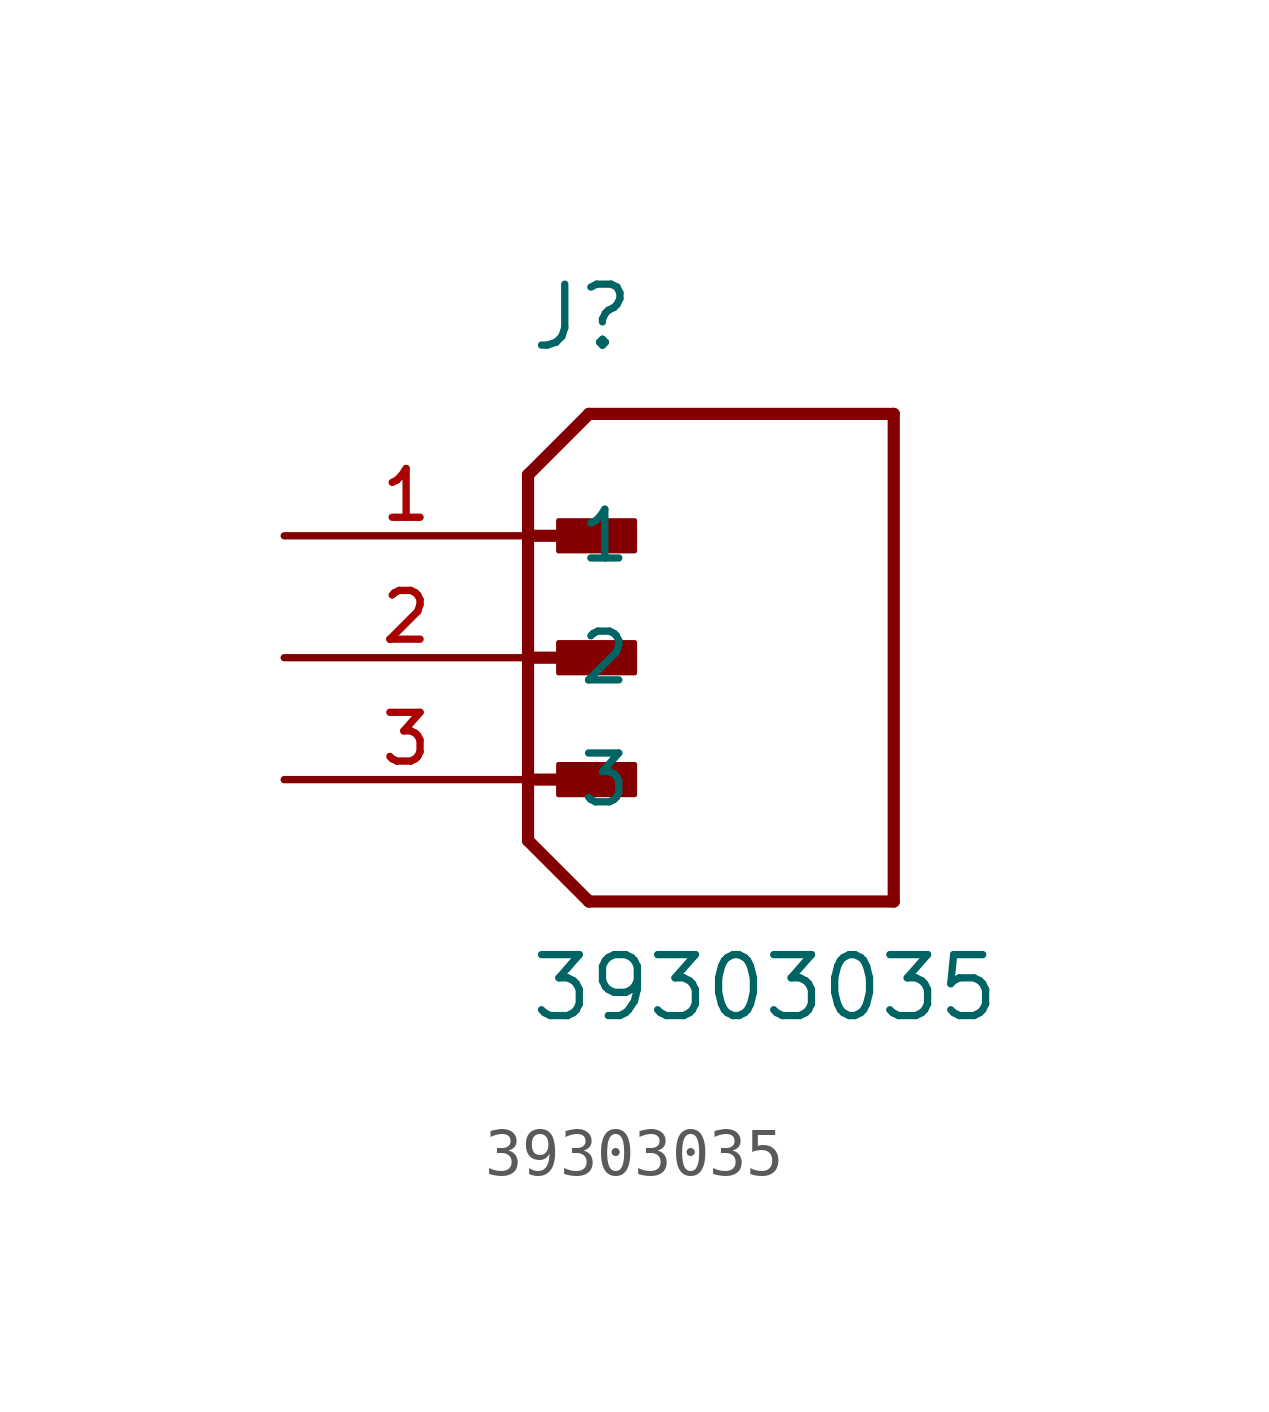
<source format=kicad_sym>
(kicad_symbol_lib
  (version 20211014)
  (generator kicad_symbol_editor)
  (symbol "39303035"
    (pin_names
      (offset 1.016))
    (property "Reference" "J"
      (at 0.0 6.35 0)
      (effects (font (size 1.27 1.27)) (justify bottom left)))
    (property "Value" "39303035"
      (at 0.0 -7.62 0)
      (effects (font (size 1.27 1.27)) (justify bottom left)))
    (symbol "39303035_0_0"
      (polyline (pts (xy 0.0 3.81) (xy 1.27 5.08)) (stroke (width 0.254)))
      (polyline (pts (xy 0.0 3.81) (xy 0.0 2.54)) (stroke (width 0.254)))
      (polyline (pts (xy 0.0 2.54) (xy 0.0 -3.81)) (stroke (width 0.254)))
      (polyline (pts (xy 0.0 -3.81) (xy 1.27 -5.08)) (stroke (width 0.254)))
      (polyline (pts (xy 1.27 -5.08) (xy 7.62 -5.08)) (stroke (width 0.254)))
      (polyline (pts (xy 7.62 -5.08) (xy 7.62 5.08)) (stroke (width 0.254)))
      (polyline (pts (xy 7.62 5.08) (xy 1.27 5.08)) (stroke (width 0.254)))
      (polyline (pts (xy 0.0 2.54) (xy 1.905 2.54)) (stroke (width 0.254)))
      (rectangle (start 0.635 2.223) (end 2.223 2.857) (stroke (width 0.1)) (fill (type outline)))
      (polyline (pts (xy 0.0 0.0) (xy 1.905 0.0)) (stroke (width 0.254)))
      (rectangle (start 0.635 -0.318) (end 2.223 0.318) (stroke (width 0.1)) (fill (type outline)))
      (polyline (pts (xy 0.0 -2.54) (xy 1.905 -2.54)) (stroke (width 0.254)))
      (rectangle (start 0.635 -2.857) (end 2.223 -2.223) (stroke (width 0.1)) (fill (type outline)))
      (pin passive line (at -5.08 2.54 0) (length 5.08) (name "1" (effects (font (size 1.016 1.016)))) (number "1" (effects (font (size 1.016 1.016)))))
      (pin passive line (at -5.08 0.0 0) (length 5.08) (name "2" (effects (font (size 1.016 1.016)))) (number "2" (effects (font (size 1.016 1.016)))))
      (pin passive line (at -5.08 -2.54 0) (length 5.08) (name "3" (effects (font (size 1.016 1.016)))) (number "3" (effects (font (size 1.016 1.016))))))))
</source>
